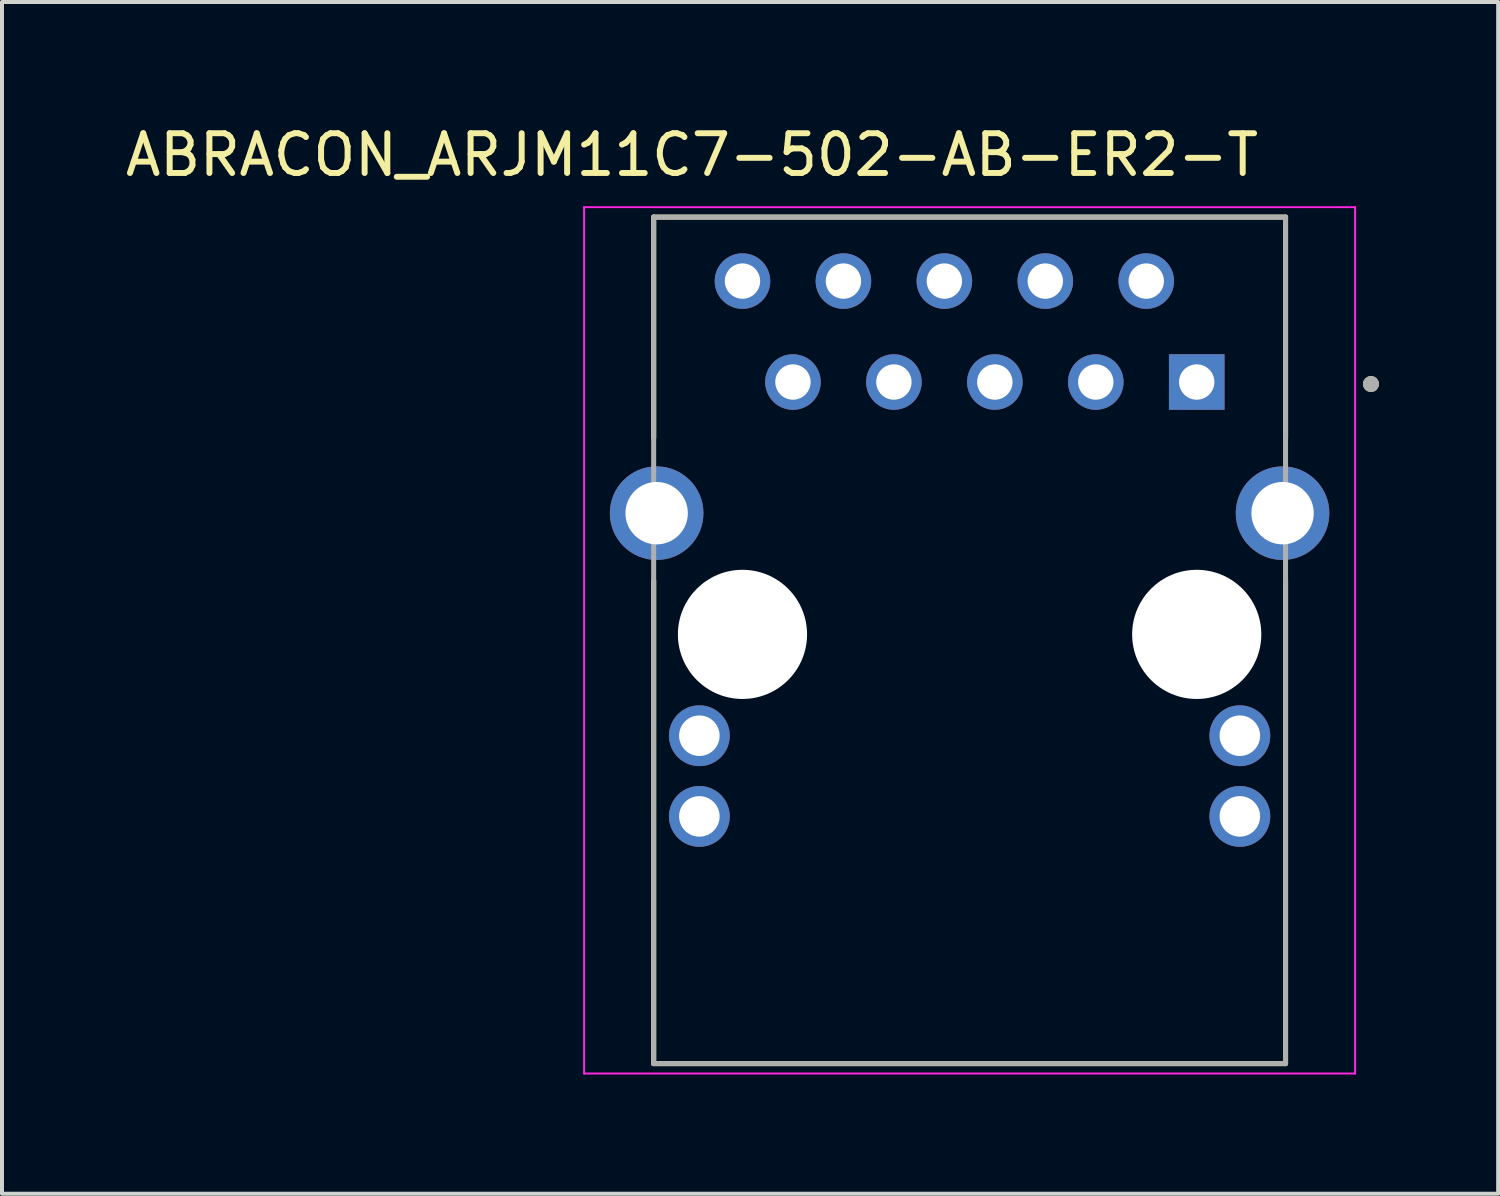
<source format=kicad_pcb>
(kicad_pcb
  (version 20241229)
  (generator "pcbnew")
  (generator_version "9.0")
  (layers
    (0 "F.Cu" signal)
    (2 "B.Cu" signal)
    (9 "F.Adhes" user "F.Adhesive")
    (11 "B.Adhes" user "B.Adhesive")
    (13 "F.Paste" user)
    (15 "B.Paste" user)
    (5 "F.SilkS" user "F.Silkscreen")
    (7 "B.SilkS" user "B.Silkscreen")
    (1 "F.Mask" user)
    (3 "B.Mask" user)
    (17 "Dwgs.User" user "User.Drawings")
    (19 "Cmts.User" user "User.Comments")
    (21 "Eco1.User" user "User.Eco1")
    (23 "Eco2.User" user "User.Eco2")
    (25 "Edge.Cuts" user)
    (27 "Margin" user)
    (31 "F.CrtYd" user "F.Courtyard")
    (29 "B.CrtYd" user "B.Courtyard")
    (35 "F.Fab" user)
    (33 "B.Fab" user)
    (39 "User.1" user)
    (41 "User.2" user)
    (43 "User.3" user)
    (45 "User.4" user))
  (footprint "ABRACON_ARJM11C7-502-AB-ER2-T"
    (layer "F.Cu")
    (at 21.348 12.913)
    (property "Reference" "ABRACON_ARJM11C7-502-AB-ER2-T" (at -6.985 -12.065 0) (layer "F.SilkS") (effects (font (size 1 1) (thickness 0.15))))
    (attr through_hole)
    (fp_line (start -7.95 -10.5) (end -7.95 -4.95) (stroke (width 0.127) (type solid)) (layer "F.SilkS"))
    (fp_line (start -7.95 -1.35) (end -7.95 10.8) (stroke (width 0.127) (type solid)) (layer "F.SilkS"))
    (fp_line (start -7.95 10.8) (end 7.95 10.8) (stroke (width 0.127) (type solid)) (layer "F.SilkS"))
    (fp_line (start 7.95 -10.5) (end -7.95 -10.5) (stroke (width 0.127) (type solid)) (layer "F.SilkS"))
    (fp_line (start 7.95 -4.95) (end 7.95 -10.5) (stroke (width 0.127) (type solid)) (layer "F.SilkS"))
    (fp_line (start 7.95 10.8) (end 7.95 -1.35) (stroke (width 0.127) (type solid)) (layer "F.SilkS"))
    (fp_circle (center 10.1 -6.3) (end 10.2 -6.3) (stroke (width 0.2) (type solid)) (fill no) (layer "F.SilkS"))
    (fp_line (start -9.7 -10.75) (end 9.7 -10.75) (stroke (width 0.05) (type solid)) (layer "F.CrtYd"))
    (fp_line (start -9.7 11.05) (end -9.7 -10.75) (stroke (width 0.05) (type solid)) (layer "F.CrtYd"))
    (fp_line (start 9.7 -10.75) (end 9.7 11.05) (stroke (width 0.05) (type solid)) (layer "F.CrtYd"))
    (fp_line (start 9.7 11.05) (end -9.7 11.05) (stroke (width 0.05) (type solid)) (layer "F.CrtYd"))
    (fp_line (start -7.95 -10.5) (end -7.95 10.8) (stroke (width 0.127) (type solid)) (layer "F.Fab"))
    (fp_line (start -7.95 10.8) (end 7.95 10.8) (stroke (width 0.127) (type solid)) (layer "F.Fab"))
    (fp_line (start 7.95 -10.5) (end -7.95 -10.5) (stroke (width 0.127) (type solid)) (layer "F.Fab"))
    (fp_line (start 7.95 10.8) (end 7.95 -10.5) (stroke (width 0.127) (type solid)) (layer "F.Fab"))
    (fp_circle (center 10.1 -6.3) (end 10.2 -6.3) (stroke (width 0.2) (type solid)) (fill no) (layer "F.Fab"))
    (pad "" np_thru_hole circle (at -5.715 0) (size 3.25 3.25) (drill 3.25) (layers "*.Cu" "*.Mask"))
    (pad "" np_thru_hole circle (at 5.715 0) (size 3.25 3.25) (drill 3.25) (layers "*.Cu" "*.Mask"))
    (pad "1" thru_hole rect (at 5.715 -6.35) (size 1.398 1.398) (drill 0.89) (layers "*.Cu" "*.Mask"))
    (pad "2" thru_hole circle (at 4.445 -8.89) (size 1.398 1.398) (drill 0.89) (layers "*.Cu" "*.Mask"))
    (pad "3" thru_hole circle (at 3.175 -6.35) (size 1.398 1.398) (drill 0.89) (layers "*.Cu" "*.Mask"))
    (pad "4" thru_hole circle (at 1.905 -8.89) (size 1.398 1.398) (drill 0.89) (layers "*.Cu" "*.Mask"))
    (pad "5" thru_hole circle (at 0.635 -6.35) (size 1.398 1.398) (drill 0.89) (layers "*.Cu" "*.Mask"))
    (pad "6" thru_hole circle (at -0.635 -8.89) (size 1.398 1.398) (drill 0.89) (layers "*.Cu" "*.Mask"))
    (pad "7" thru_hole circle (at -1.905 -6.35) (size 1.398 1.398) (drill 0.89) (layers "*.Cu" "*.Mask"))
    (pad "8" thru_hole circle (at -3.175 -8.89) (size 1.398 1.398) (drill 0.89) (layers "*.Cu" "*.Mask"))
    (pad "9" thru_hole circle (at -4.445 -6.35) (size 1.398 1.398) (drill 0.89) (layers "*.Cu" "*.Mask"))
    (pad "10" thru_hole circle (at -5.715 -8.89) (size 1.398 1.398) (drill 0.89) (layers "*.Cu" "*.Mask"))
    (pad "L1" thru_hole circle (at -6.8 2.55) (size 1.53 1.53) (drill 1.02) (layers "*.Cu" "*.Mask"))
    (pad "L2" thru_hole circle (at -6.8 4.58) (size 1.53 1.53) (drill 1.02) (layers "*.Cu" "*.Mask"))
    (pad "L3" thru_hole circle (at 6.8 2.55) (size 1.53 1.53) (drill 1.02) (layers "*.Cu" "*.Mask"))
    (pad "L4" thru_hole circle (at 6.8 4.58) (size 1.53 1.53) (drill 1.02) (layers "*.Cu" "*.Mask"))
    (pad "S1" thru_hole circle (at -7.875 -3.05) (size 2.355 2.355) (drill 1.57) (layers "*.Cu" "*.Mask"))
    (pad "S2" thru_hole circle (at 7.875 -3.05) (size 2.355 2.355) (drill 1.57) (layers "*.Cu" "*.Mask")))
  (gr_rect
    (start -3 -3)
    (end 34.648 26.988)
    (stroke (width 0.1) (type default))
    (fill no)
    (layer "Edge.Cuts")))
</source>
